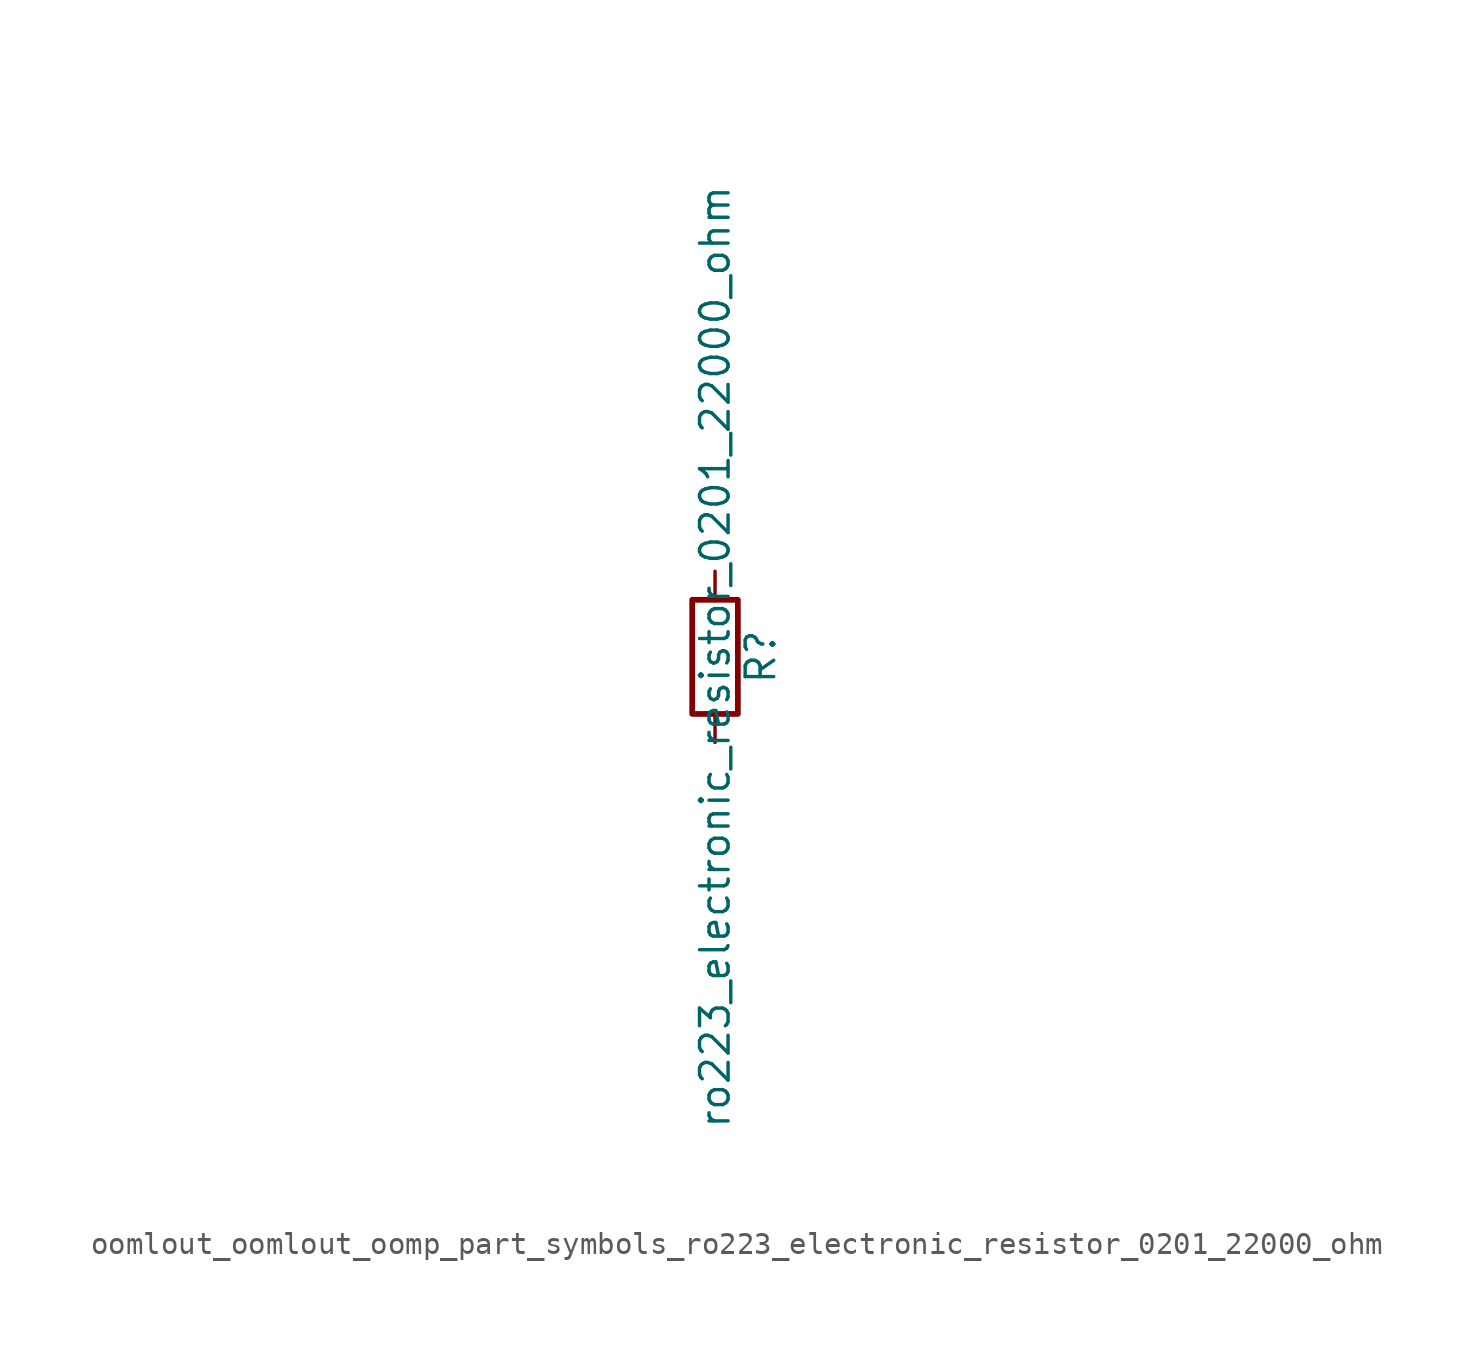
<source format=kicad_sym>
(kicad_symbol_lib
  (version 20220914)
  (generator kicad_symbol_editor)
  (symbol "oomlout_oomlout_oomp_part_symbols_ro223_electronic_resistor_0201_22000_ohm"
    (pin_numbers hide)
    (pin_names
      (offset 0))
    (property "Reference" "R"
      (at 2.032 0 90)
      (effects (font (size 1.27 1.27))))
    (property "Value" "ro223_electronic_resistor_0201_22000_ohm"
      (at 0 0 90)
      (effects (font (size 1.27 1.27))))
    (symbol "oomlout_oomlout_oomp_part_symbols_ro223_electronic_resistor_0201_22000_ohm_0_1"
      (rectangle (start -1.016 -2.54) (end 1.016 2.54) (stroke (width 0.254) (type default)) (fill (type none))))
    (symbol "oomlout_oomlout_oomp_part_symbols_ro223_electronic_resistor_0201_22000_ohm_1_1"
      (pin passive line (at 0 3.81 270) (length 1.27) (name "~" (effects (font (size 1.27 1.27)))) (number "1" (effects (font (size 1.27 1.27)))))
      (pin passive line (at 0 -3.81 90) (length 1.27) (name "~" (effects (font (size 1.27 1.27)))) (number "2" (effects (font (size 1.27 1.27))))))))
</source>
